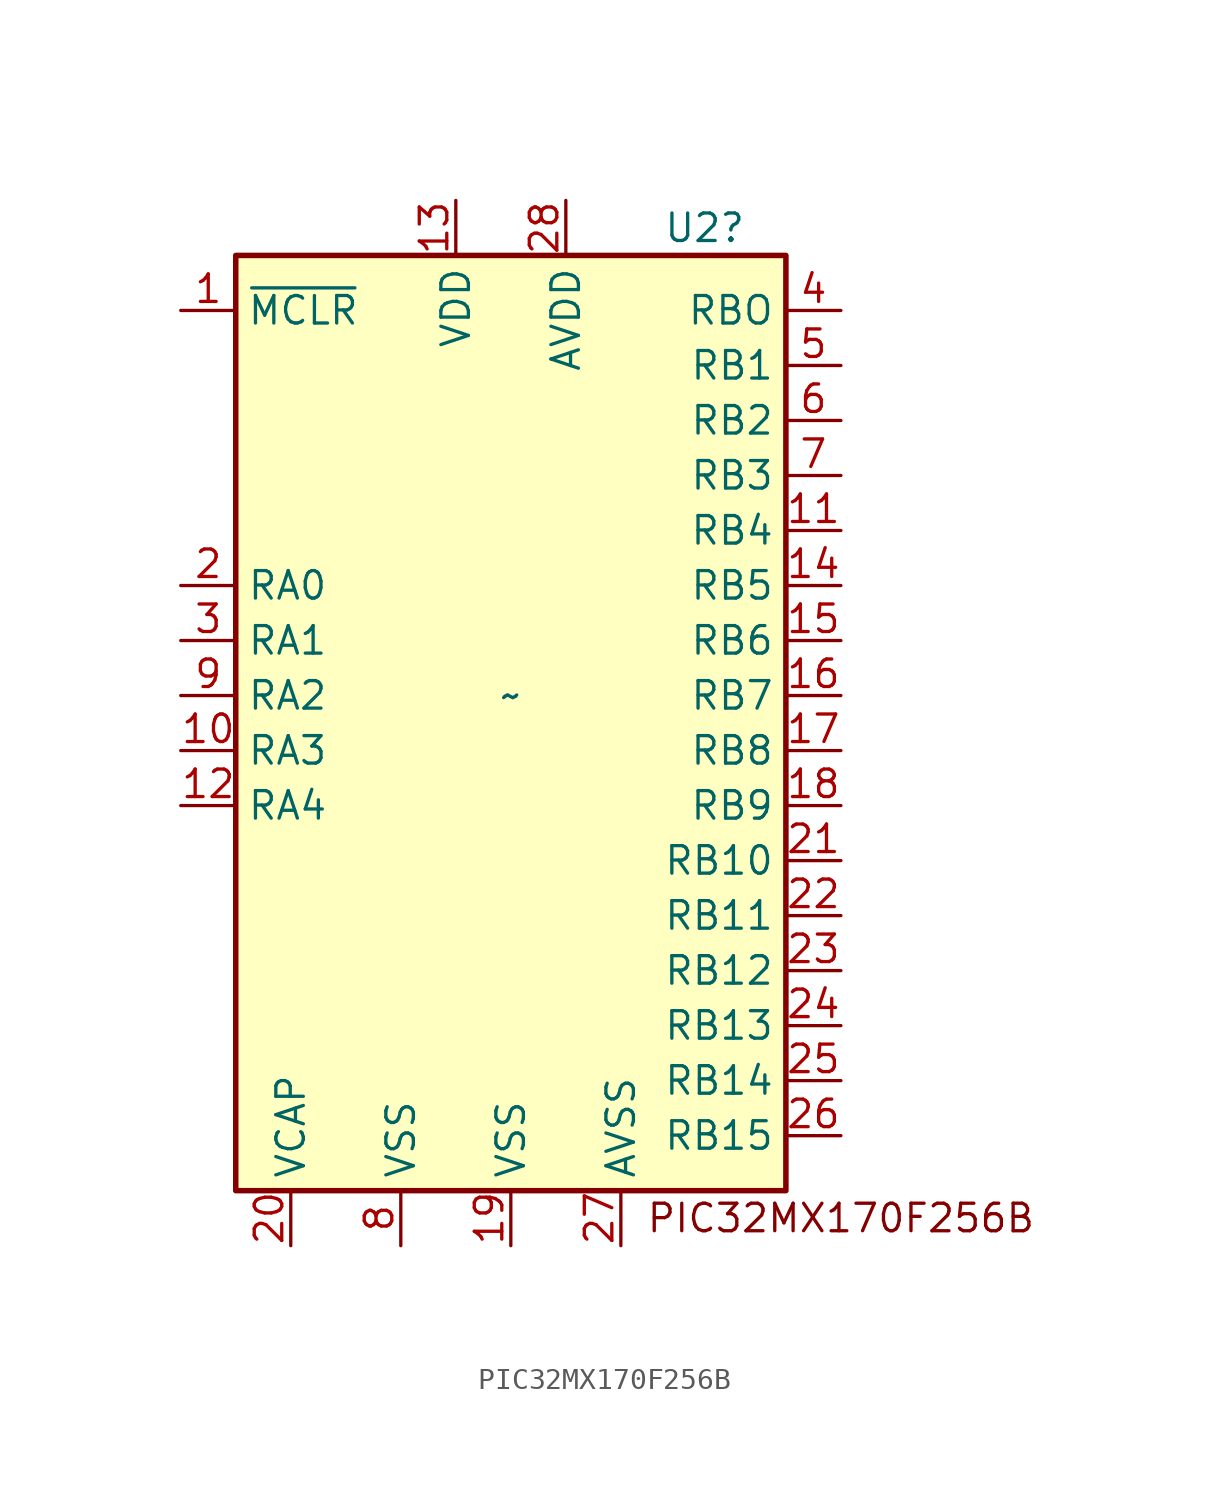
<source format=kicad_sym>
(kicad_symbol_lib
  (version 20220914)
  (generator kicad_symbol_editor)
  (symbol "PIC32MX170F256B"
    (property "Reference" "U2"
      (at 7.036 21.59 0)
      (effects (font (size 1.27 1.27)) (justify left)))
    (property "Value" "~"
      (at 0 0 0)
      (effects (font (size 1.27 1.27))))
    (symbol "PIC32MX170F256B_0_0"
      (text "" (at -12.7 10.16 0) (effects (font (size 1.27 1.27)))))
    (symbol "PIC32MX170F256B_0_1"
      (rectangle (start -12.7 20.32) (end 12.7 -22.86) (stroke (width 0.254) (type default)) (fill (type background))))
    (symbol "PIC32MX170F256B_1_0"
      (pin input line (at -15.24 17.78 0) (length 2.54) (name "~{MCLR}" (effects (font (size 1.27 1.27)))) (number "1" (effects (font (size 1.27 1.27)))))
      (pin bidirectional line (at -15.24 -2.54 0) (length 2.54) (name "RA3" (effects (font (size 1.27 1.27)))) (number "10" (effects (font (size 1.27 1.27)))))
      (pin bidirectional line (at 15.24 7.62 180) (length 2.54) (name "RB4" (effects (font (size 1.27 1.27)))) (number "11" (effects (font (size 1.27 1.27)))))
      (pin bidirectional line (at -15.24 -5.08 0) (length 2.54) (name "RA4" (effects (font (size 1.27 1.27)))) (number "12" (effects (font (size 1.27 1.27)))))
      (pin power_in line (at -2.54 22.86 270) (length 2.54) (name "VDD" (effects (font (size 1.27 1.27)))) (number "13" (effects (font (size 1.27 1.27)))))
      (pin bidirectional line (at 15.24 5.08 180) (length 2.54) (name "RB5" (effects (font (size 1.27 1.27)))) (number "14" (effects (font (size 1.27 1.27)))))
      (pin bidirectional line (at 15.24 2.54 180) (length 2.54) (name "RB6" (effects (font (size 1.27 1.27)))) (number "15" (effects (font (size 1.27 1.27)))))
      (pin bidirectional line (at 15.24 0 180) (length 2.54) (name "RB7" (effects (font (size 1.27 1.27)))) (number "16" (effects (font (size 1.27 1.27)))))
      (pin bidirectional line (at 15.24 -2.54 180) (length 2.54) (name "RB8" (effects (font (size 1.27 1.27)))) (number "17" (effects (font (size 1.27 1.27)))))
      (pin bidirectional line (at 15.24 -5.08 180) (length 2.54) (name "RB9" (effects (font (size 1.27 1.27)))) (number "18" (effects (font (size 1.27 1.27)))))
      (pin power_in line (at 0 -25.4 90) (length 2.54) (name "VSS" (effects (font (size 1.27 1.27)))) (number "19" (effects (font (size 1.27 1.27)))))
      (pin bidirectional line (at -15.24 5.08 0) (length 2.54) (name "RA0" (effects (font (size 1.27 1.27)))) (number "2" (effects (font (size 1.27 1.27)))))
      (pin power_out line (at -10.16 -25.4 90) (length 2.54) (name "VCAP" (effects (font (size 1.27 1.27)))) (number "20" (effects (font (size 1.27 1.27)))))
      (pin bidirectional line (at 15.24 -7.62 180) (length 2.54) (name "RB10" (effects (font (size 1.27 1.27)))) (number "21" (effects (font (size 1.27 1.27)))))
      (pin bidirectional line (at 15.24 -10.16 180) (length 2.54) (name "RB11" (effects (font (size 1.27 1.27)))) (number "22" (effects (font (size 1.27 1.27)))))
      (pin bidirectional line (at 15.24 -12.7 180) (length 2.54) (name "RB12" (effects (font (size 1.27 1.27)))) (number "23" (effects (font (size 1.27 1.27)))))
      (pin bidirectional line (at 15.24 -15.24 180) (length 2.54) (name "RB13" (effects (font (size 1.27 1.27)))) (number "24" (effects (font (size 1.27 1.27)))))
      (pin bidirectional line (at 15.24 -17.78 180) (length 2.54) (name "RB14" (effects (font (size 1.27 1.27)))) (number "25" (effects (font (size 1.27 1.27)))))
      (pin bidirectional line (at 15.24 -20.32 180) (length 2.54) (name "RB15" (effects (font (size 1.27 1.27)))) (number "26" (effects (font (size 1.27 1.27)))))
      (pin power_in line (at 5.08 -25.4 90) (length 2.54) (name "AVSS" (effects (font (size 1.27 1.27)))) (number "27" (effects (font (size 1.27 1.27)))))
      (pin power_in line (at 2.54 22.86 270) (length 2.54) (name "AVDD" (effects (font (size 1.27 1.27)))) (number "28" (effects (font (size 1.27 1.27)))))
      (pin bidirectional line (at -15.24 2.54 0) (length 2.54) (name "RA1" (effects (font (size 1.27 1.27)))) (number "3" (effects (font (size 1.27 1.27)))))
      (pin bidirectional line (at 15.24 17.78 180) (length 2.54) (name "RBO" (effects (font (size 1.27 1.27)))) (number "4" (effects (font (size 1.27 1.27)))))
      (pin bidirectional line (at 15.24 15.24 180) (length 2.54) (name "RB1" (effects (font (size 1.27 1.27)))) (number "5" (effects (font (size 1.27 1.27)))))
      (pin bidirectional line (at 15.24 12.7 180) (length 2.54) (name "RB2" (effects (font (size 1.27 1.27)))) (number "6" (effects (font (size 1.27 1.27)))))
      (pin bidirectional line (at 15.24 10.16 180) (length 2.54) (name "RB3" (effects (font (size 1.27 1.27)))) (number "7" (effects (font (size 1.27 1.27)))))
      (pin passive line (at -5.08 -25.4 90) (length 2.54) (name "VSS" (effects (font (size 1.27 1.27)))) (number "8" (effects (font (size 1.27 1.27)))))
      (pin bidirectional line (at -15.24 0 0) (length 2.54) (name "RA2" (effects (font (size 1.27 1.27)))) (number "9" (effects (font (size 1.27 1.27))))))
    (symbol "PIC32MX170F256B_1_1"
      (text "PIC32MX170F256B" (at 15.24 -24.13 0) (effects (font (size 1.27 1.27)))))))
</source>
